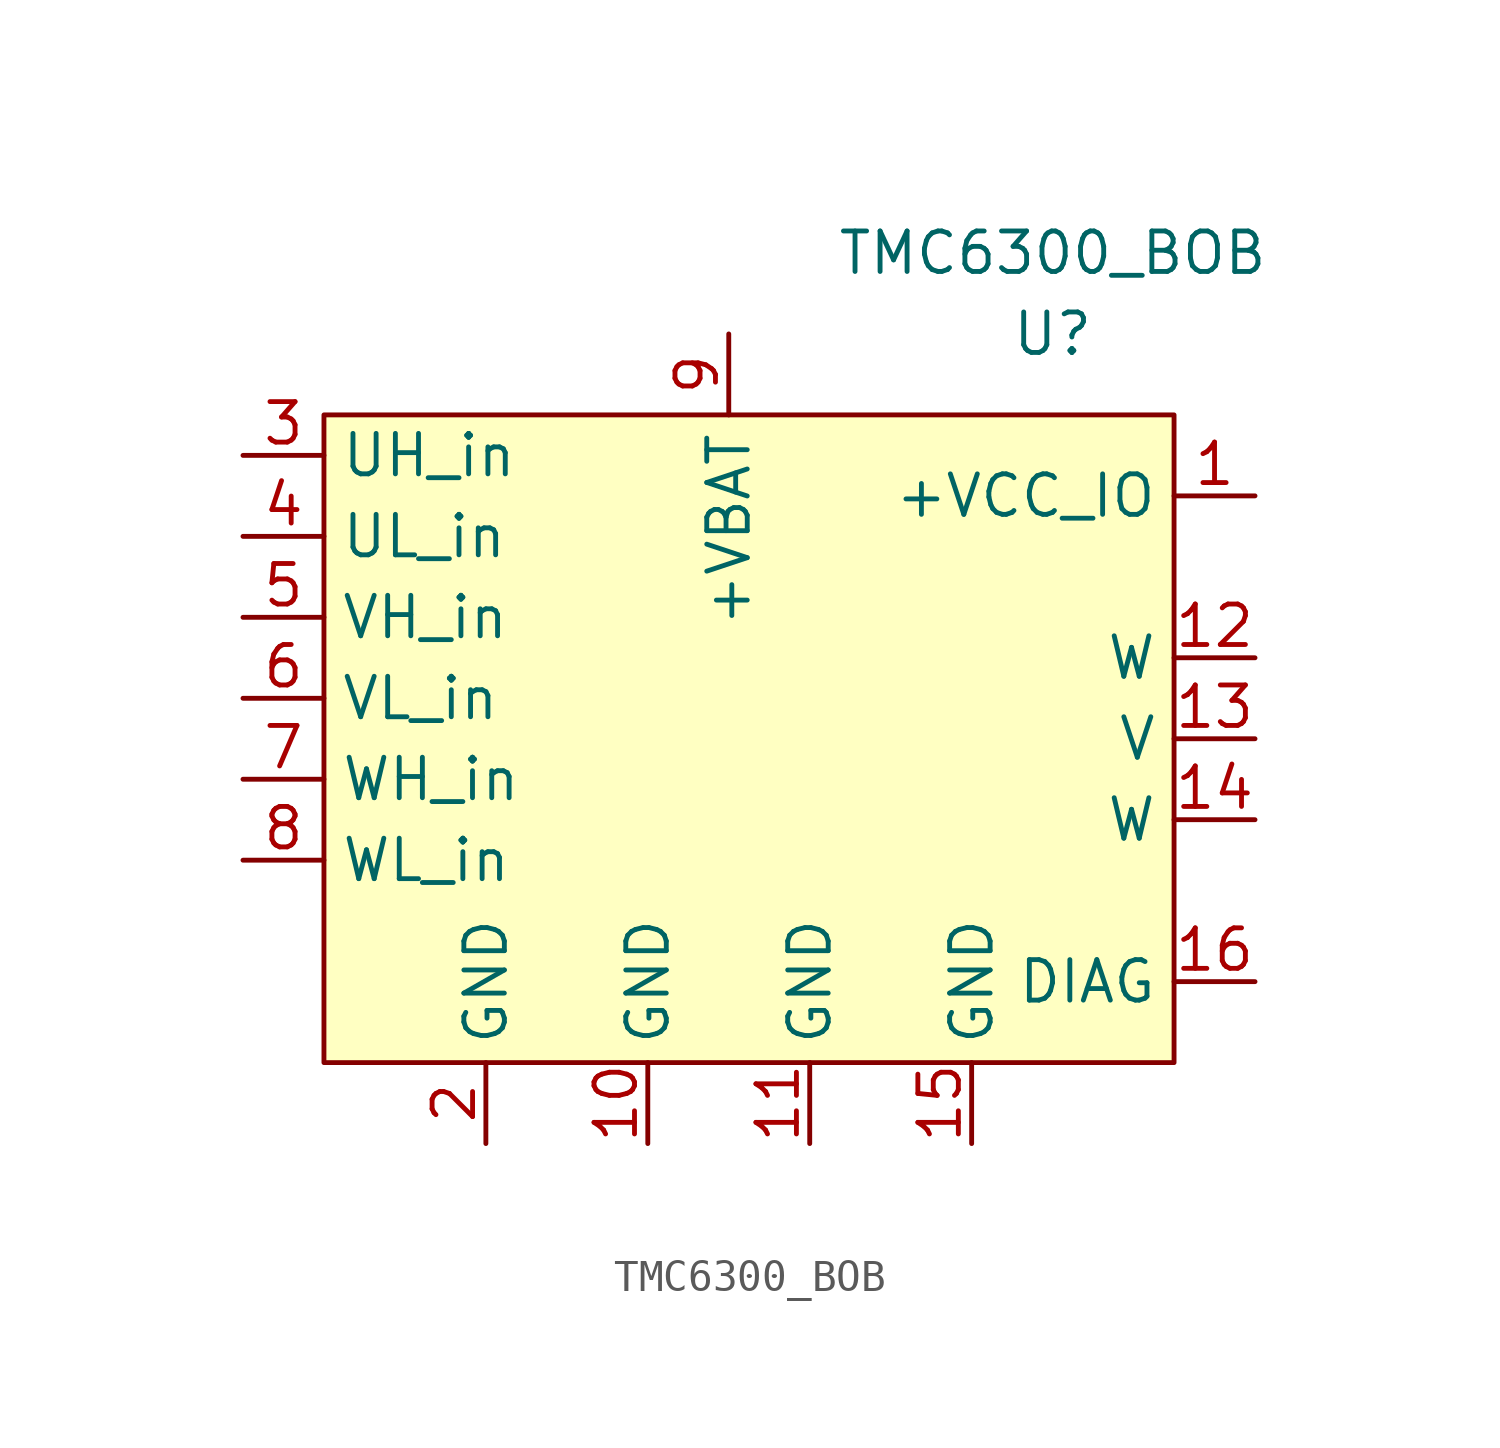
<source format=kicad_sym>
(kicad_symbol_lib
  (version 20211014)
  (generator kicad_symbol_editor)
  (symbol "TMC6300_BOB"
    (property "Reference" "U"
      (at 10.16 12.7 0)
      (effects (font (size 1.27 1.27))))
    (property "Value" "TMC6300_BOB"
      (at 10.16 15.24 0)
      (effects (font (size 1.27 1.27))))
    (symbol "TMC6300_BOB_0_1"
      (rectangle (start -12.7 10.16) (end 13.97 -10.16) (stroke (width 0) (type default) (color 0 0 0 0)) (fill (type background))))
    (symbol "TMC6300_BOB_1_1"
      (pin input line (at 16.51 7.62 180) (length 2.54) (name "+VCC_IO" (effects (font (size 1.27 1.27)))) (number "1" (effects (font (size 1.27 1.27)))))
      (pin power_in line (at -2.54 -12.7 90) (length 2.54) (name "GND" (effects (font (size 1.27 1.27)))) (number "10" (effects (font (size 1.27 1.27)))))
      (pin power_in line (at 2.54 -12.7 90) (length 2.54) (name "GND" (effects (font (size 1.27 1.27)))) (number "11" (effects (font (size 1.27 1.27)))))
      (pin output line (at 16.51 2.54 180) (length 2.54) (name "W" (effects (font (size 1.27 1.27)))) (number "12" (effects (font (size 1.27 1.27)))))
      (pin output line (at 16.51 0 180) (length 2.54) (name "V" (effects (font (size 1.27 1.27)))) (number "13" (effects (font (size 1.27 1.27)))))
      (pin output line (at 16.51 -2.54 180) (length 2.54) (name "W" (effects (font (size 1.27 1.27)))) (number "14" (effects (font (size 1.27 1.27)))))
      (pin power_in line (at 7.62 -12.7 90) (length 2.54) (name "GND" (effects (font (size 1.27 1.27)))) (number "15" (effects (font (size 1.27 1.27)))))
      (pin output line (at 16.51 -7.62 180) (length 2.54) (name "DIAG" (effects (font (size 1.27 1.27)))) (number "16" (effects (font (size 1.27 1.27)))))
      (pin power_in line (at -7.62 -12.7 90) (length 2.54) (name "GND" (effects (font (size 1.27 1.27)))) (number "2" (effects (font (size 1.27 1.27)))))
      (pin input line (at -15.24 8.89 0) (length 2.54) (name "UH_in" (effects (font (size 1.27 1.27)))) (number "3" (effects (font (size 1.27 1.27)))))
      (pin input line (at -15.24 6.35 0) (length 2.54) (name "UL_in" (effects (font (size 1.27 1.27)))) (number "4" (effects (font (size 1.27 1.27)))))
      (pin input line (at -15.24 3.81 0) (length 2.54) (name "VH_in" (effects (font (size 1.27 1.27)))) (number "5" (effects (font (size 1.27 1.27)))))
      (pin input line (at -15.24 1.27 0) (length 2.54) (name "VL_in" (effects (font (size 1.27 1.27)))) (number "6" (effects (font (size 1.27 1.27)))))
      (pin input line (at -15.24 -1.27 0) (length 2.54) (name "WH_in" (effects (font (size 1.27 1.27)))) (number "7" (effects (font (size 1.27 1.27)))))
      (pin input line (at -15.24 -3.81 0) (length 2.54) (name "WL_in" (effects (font (size 1.27 1.27)))) (number "8" (effects (font (size 1.27 1.27)))))
      (pin power_in line (at 0 12.7 270) (length 2.54) (name "+VBAT" (effects (font (size 1.27 1.27)))) (number "9" (effects (font (size 1.27 1.27))))))))
</source>
